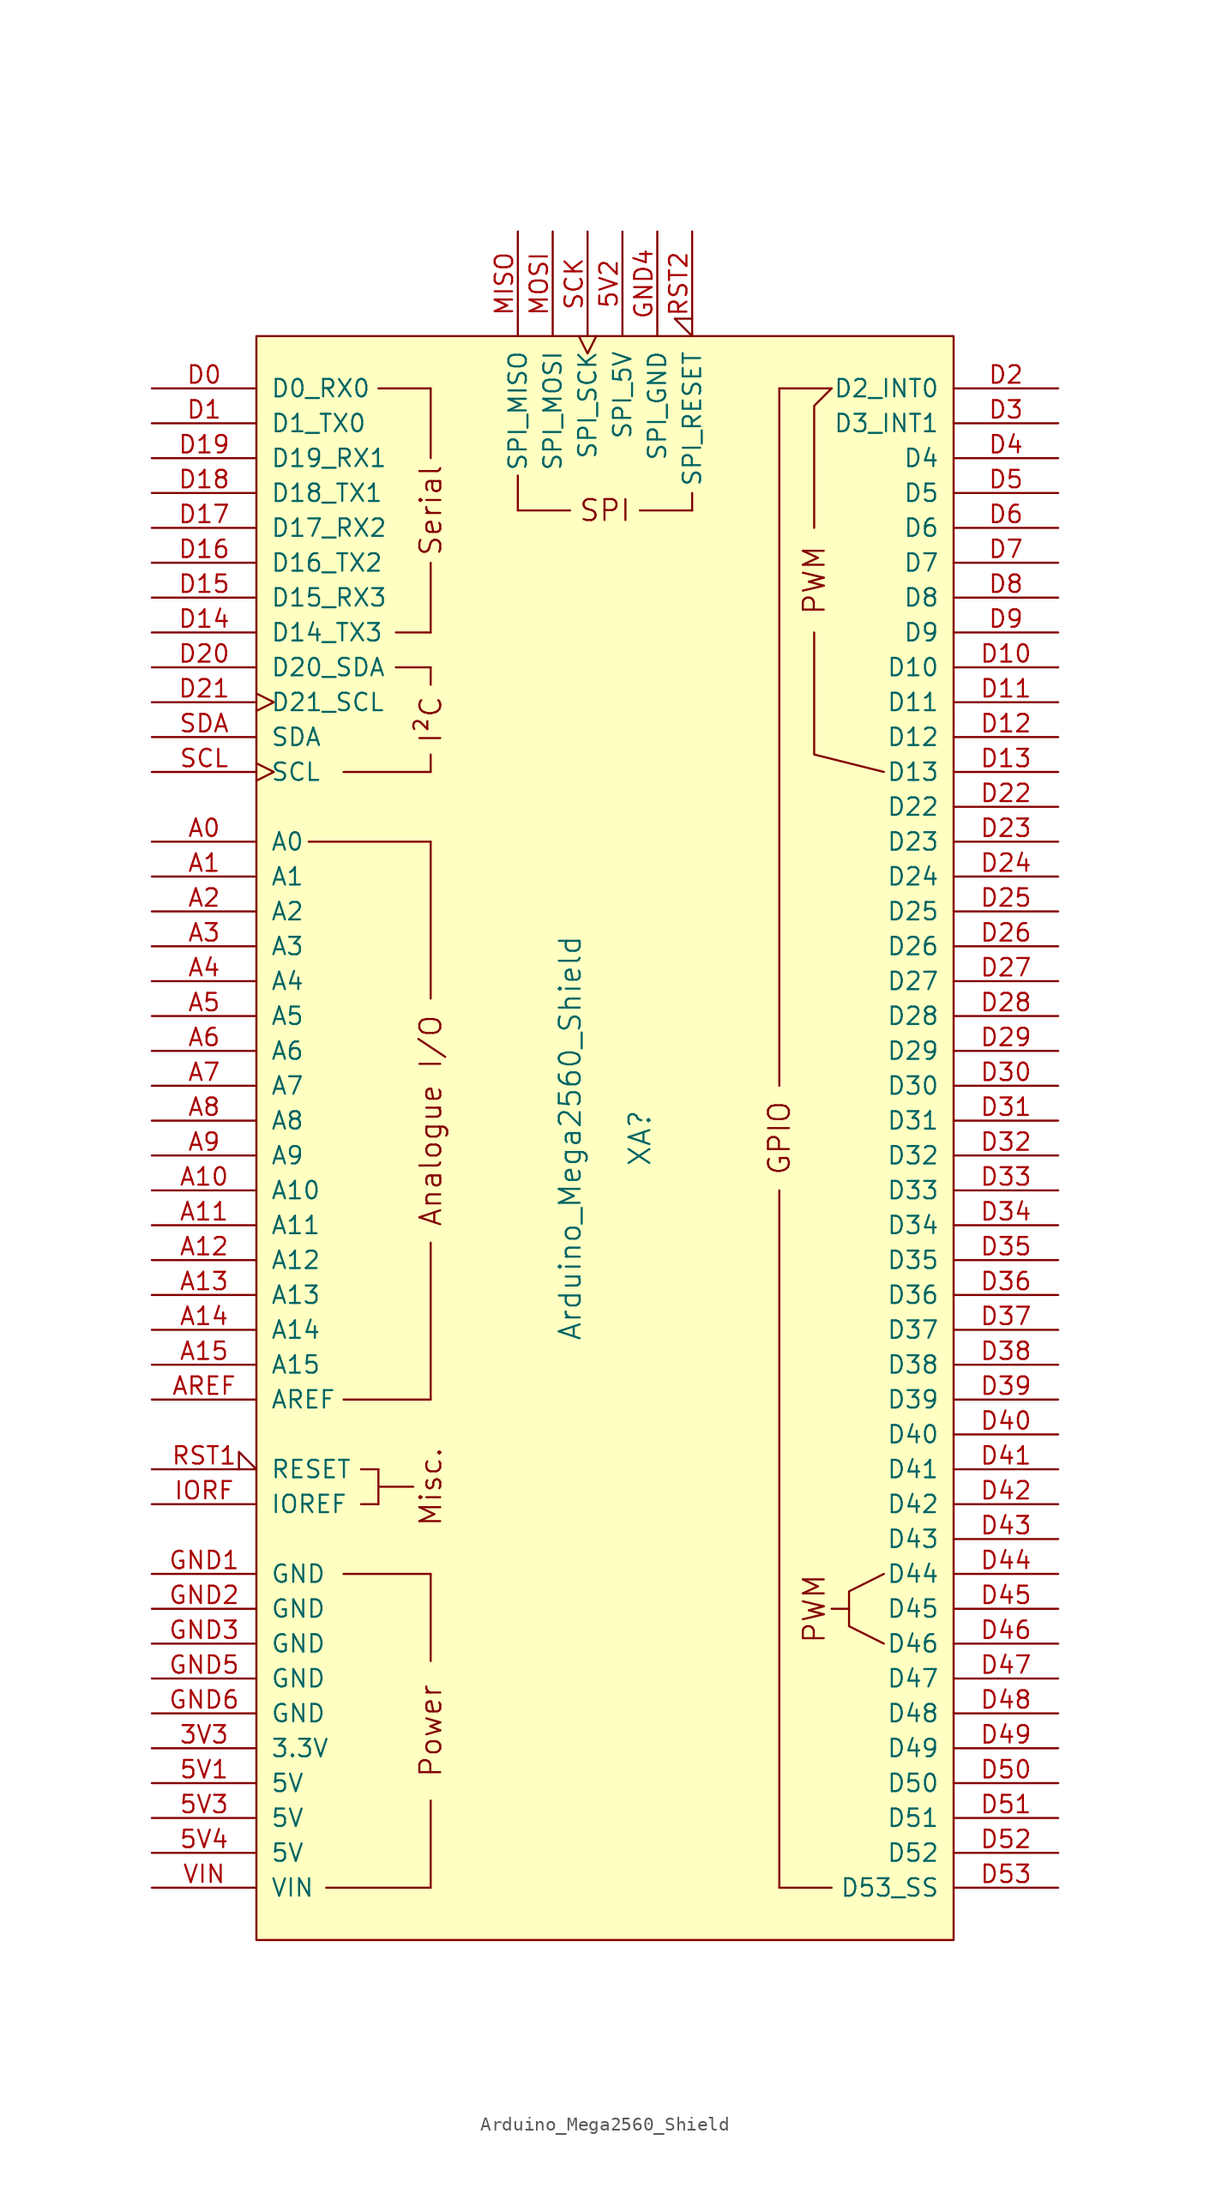
<source format=kicad_sym>
(kicad_symbol_lib
  (version 20231120)
  (generator "kicad_symbol_editor")
  (generator_version "8.0")
  (symbol "Arduino_Mega2560_Shield"
    (pin_names
      (offset 1.016))
    (property "Reference" "XA"
      (at 2.54 0 90)
      (effects (font (size 1.524 1.524))))
    (property "Value" "Arduino_Mega2560_Shield"
      (at -2.54 0 90)
      (effects (font (size 1.524 1.524))))
    (symbol "Arduino_Mega2560_Shield_0_0"
      (rectangle (start -25.4 -58.42) (end 25.4 58.42) (stroke (width 0) (type default)) (fill (type background)))
      (rectangle (start -20.32 -54.61) (end -12.7 -54.61) (stroke (width 0) (type default)) (fill (type none)))
      (rectangle (start -19.05 -31.75) (end -12.7 -31.75) (stroke (width 0) (type default)) (fill (type none)))
      (rectangle (start -19.05 -19.05) (end -12.7 -19.05) (stroke (width 0) (type default)) (fill (type none)))
      (rectangle (start -19.05 26.67) (end -12.7 26.67) (stroke (width 0) (type default)) (fill (type none)))
      (rectangle (start -17.78 -26.67) (end -16.51 -26.67) (stroke (width 0) (type default)) (fill (type none)))
      (rectangle (start -17.78 -24.13) (end -16.51 -24.13) (stroke (width 0) (type default)) (fill (type none)))
      (rectangle (start -16.51 -25.4) (end -13.97 -25.4) (stroke (width 0) (type default)) (fill (type none)))
      (rectangle (start -16.51 -24.13) (end -16.51 -26.67) (stroke (width 0) (type default)) (fill (type none)))
      (rectangle (start -16.51 54.61) (end -12.7 54.61) (stroke (width 0) (type default)) (fill (type none)))
      (rectangle (start -15.24 34.29) (end -12.7 34.29) (stroke (width 0) (type default)) (fill (type none)))
      (rectangle (start -15.24 36.83) (end -12.7 36.83) (stroke (width 0) (type default)) (fill (type none)))
      (rectangle (start -12.7 -54.61) (end -12.7 -48.26) (stroke (width 0) (type default)) (fill (type none)))
      (rectangle (start -12.7 -31.75) (end -12.7 -38.1) (stroke (width 0) (type default)) (fill (type none)))
      (rectangle (start -12.7 26.67) (end -12.7 27.94) (stroke (width 0) (type default)) (fill (type none)))
      (rectangle (start -12.7 34.29) (end -12.7 33.02) (stroke (width 0) (type default)) (fill (type none)))
      (rectangle (start -12.7 41.91) (end -12.7 36.83) (stroke (width 0) (type default)) (fill (type none)))
      (rectangle (start -12.7 49.53) (end -12.7 54.61) (stroke (width 0) (type default)) (fill (type none)))
      (rectangle (start -6.35 48.26) (end -6.35 45.72) (stroke (width 0) (type default)) (fill (type none)))
      (rectangle (start -2.54 45.72) (end -6.35 45.72) (stroke (width 0) (type default)) (fill (type none)))
      (polyline (pts (xy -21.59 21.59) (xy -12.7 21.59)) (stroke (width 0) (type default)) (fill (type none)))
      (polyline (pts (xy -12.7 -19.05) (xy -12.7 -7.62)) (stroke (width 0) (type default)) (fill (type none)))
      (polyline (pts (xy -12.7 10.16) (xy -12.7 21.59)) (stroke (width 0) (type default)) (fill (type none)))
      (polyline (pts (xy 12.7 -54.61) (xy 16.51 -54.61)) (stroke (width 0) (type default)) (fill (type none)))
      (polyline (pts (xy 12.7 54.61) (xy 16.51 54.61)) (stroke (width 0) (type default)) (fill (type none)))
      (polyline (pts (xy 17.78 -34.29) (xy 16.51 -34.29)) (stroke (width 0) (type default)) (fill (type none)))
      (polyline (pts (xy 15.24 36.83) (xy 15.24 27.94) (xy 20.32 26.67)) (stroke (width 0) (type default)) (fill (type none)))
      (polyline (pts (xy 15.24 44.45) (xy 15.24 53.34) (xy 16.51 54.61)) (stroke (width 0) (type default)) (fill (type none)))
      (polyline (pts (xy 20.32 -31.75) (xy 17.78 -33.02) (xy 17.78 -35.56) (xy 20.32 -36.83)) (stroke (width 0) (type default)) (fill (type none)))
      (rectangle (start 6.35 45.72) (end 2.54 45.72) (stroke (width 0) (type default)) (fill (type none)))
      (rectangle (start 6.35 46.99) (end 6.35 45.72) (stroke (width 0) (type default)) (fill (type none)))
      (text "Analogue I/O" (at -12.7 1.27 900) (effects (font (size 1.524 1.524))))
      (text "I²C" (at -12.7 30.48 900) (effects (font (size 1.524 1.524))))
      (text "Misc." (at -12.7 -25.4 900) (effects (font (size 1.524 1.524))))
      (text "Power" (at -12.7 -43.18 900) (effects (font (size 1.524 1.524))))
      (text "PWM" (at 15.24 -34.29 900) (effects (font (size 1.524 1.524))))
      (text "PWM" (at 15.24 40.64 900) (effects (font (size 1.524 1.524))))
      (text "Serial" (at -12.7 45.72 900) (effects (font (size 1.524 1.524))))
      (text "SPI" (at 0 45.72 0) (effects (font (size 1.524 1.524)))))
    (symbol "Arduino_Mega2560_Shield_1_0"
      (rectangle (start 12.7 -54.61) (end 12.7 -3.81) (stroke (width 0) (type default)) (fill (type none)))
      (rectangle (start 12.7 54.61) (end 12.7 3.81) (stroke (width 0) (type default)) (fill (type none)))
      (text "GPIO" (at 12.7 0 900) (effects (font (size 1.524 1.524)))))
    (symbol "Arduino_Mega2560_Shield_1_1"
      (pin power_out line (at -33.02 -44.45 0) (length 7.62) (name "3.3V" (effects (font (size 1.27 1.27)))) (number "3V3" (effects (font (size 1.27 1.27)))))
      (pin power_in line (at -33.02 -46.99 0) (length 7.62) (name "5V" (effects (font (size 1.27 1.27)))) (number "5V1" (effects (font (size 1.27 1.27)))))
      (pin power_in line (at 1.27 66.04 270) (length 7.62) (name "SPI_5V" (effects (font (size 1.27 1.27)))) (number "5V2" (effects (font (size 1.27 1.27)))))
      (pin power_in line (at -33.02 -49.53 0) (length 7.62) (name "5V" (effects (font (size 1.27 1.27)))) (number "5V3" (effects (font (size 1.27 1.27)))))
      (pin power_in line (at -33.02 -52.07 0) (length 7.62) (name "5V" (effects (font (size 1.27 1.27)))) (number "5V4" (effects (font (size 1.27 1.27)))))
      (pin bidirectional line (at -33.02 21.59 0) (length 7.62) (name "A0" (effects (font (size 1.27 1.27)))) (number "A0" (effects (font (size 1.27 1.27)))))
      (pin bidirectional line (at -33.02 19.05 0) (length 7.62) (name "A1" (effects (font (size 1.27 1.27)))) (number "A1" (effects (font (size 1.27 1.27)))))
      (pin bidirectional line (at -33.02 -3.81 0) (length 7.62) (name "A10" (effects (font (size 1.27 1.27)))) (number "A10" (effects (font (size 1.27 1.27)))))
      (pin bidirectional line (at -33.02 -6.35 0) (length 7.62) (name "A11" (effects (font (size 1.27 1.27)))) (number "A11" (effects (font (size 1.27 1.27)))))
      (pin bidirectional line (at -33.02 -8.89 0) (length 7.62) (name "A12" (effects (font (size 1.27 1.27)))) (number "A12" (effects (font (size 1.27 1.27)))))
      (pin bidirectional line (at -33.02 -11.43 0) (length 7.62) (name "A13" (effects (font (size 1.27 1.27)))) (number "A13" (effects (font (size 1.27 1.27)))))
      (pin bidirectional line (at -33.02 -13.97 0) (length 7.62) (name "A14" (effects (font (size 1.27 1.27)))) (number "A14" (effects (font (size 1.27 1.27)))))
      (pin bidirectional line (at -33.02 -16.51 0) (length 7.62) (name "A15" (effects (font (size 1.27 1.27)))) (number "A15" (effects (font (size 1.27 1.27)))))
      (pin bidirectional line (at -33.02 16.51 0) (length 7.62) (name "A2" (effects (font (size 1.27 1.27)))) (number "A2" (effects (font (size 1.27 1.27)))))
      (pin bidirectional line (at -33.02 13.97 0) (length 7.62) (name "A3" (effects (font (size 1.27 1.27)))) (number "A3" (effects (font (size 1.27 1.27)))))
      (pin bidirectional line (at -33.02 11.43 0) (length 7.62) (name "A4" (effects (font (size 1.27 1.27)))) (number "A4" (effects (font (size 1.27 1.27)))))
      (pin bidirectional line (at -33.02 8.89 0) (length 7.62) (name "A5" (effects (font (size 1.27 1.27)))) (number "A5" (effects (font (size 1.27 1.27)))))
      (pin bidirectional line (at -33.02 6.35 0) (length 7.62) (name "A6" (effects (font (size 1.27 1.27)))) (number "A6" (effects (font (size 1.27 1.27)))))
      (pin bidirectional line (at -33.02 3.81 0) (length 7.62) (name "A7" (effects (font (size 1.27 1.27)))) (number "A7" (effects (font (size 1.27 1.27)))))
      (pin bidirectional line (at -33.02 1.27 0) (length 7.62) (name "A8" (effects (font (size 1.27 1.27)))) (number "A8" (effects (font (size 1.27 1.27)))))
      (pin bidirectional line (at -33.02 -1.27 0) (length 7.62) (name "A9" (effects (font (size 1.27 1.27)))) (number "A9" (effects (font (size 1.27 1.27)))))
      (pin input line (at -33.02 -19.05 0) (length 7.62) (name "AREF" (effects (font (size 1.27 1.27)))) (number "AREF" (effects (font (size 1.27 1.27)))))
      (pin bidirectional line (at -33.02 54.61 0) (length 7.62) (name "D0_RX0" (effects (font (size 1.27 1.27)))) (number "D0" (effects (font (size 1.27 1.27)))))
      (pin bidirectional line (at -33.02 52.07 0) (length 7.62) (name "D1_TX0" (effects (font (size 1.27 1.27)))) (number "D1" (effects (font (size 1.27 1.27)))))
      (pin bidirectional line (at 33.02 34.29 180) (length 7.62) (name "D10" (effects (font (size 1.27 1.27)))) (number "D10" (effects (font (size 1.27 1.27)))))
      (pin bidirectional line (at 33.02 31.75 180) (length 7.62) (name "D11" (effects (font (size 1.27 1.27)))) (number "D11" (effects (font (size 1.27 1.27)))))
      (pin bidirectional line (at 33.02 29.21 180) (length 7.62) (name "D12" (effects (font (size 1.27 1.27)))) (number "D12" (effects (font (size 1.27 1.27)))))
      (pin bidirectional line (at 33.02 26.67 180) (length 7.62) (name "D13" (effects (font (size 1.27 1.27)))) (number "D13" (effects (font (size 1.27 1.27)))))
      (pin bidirectional line (at -33.02 36.83 0) (length 7.62) (name "D14_TX3" (effects (font (size 1.27 1.27)))) (number "D14" (effects (font (size 1.27 1.27)))))
      (pin bidirectional line (at -33.02 39.37 0) (length 7.62) (name "D15_RX3" (effects (font (size 1.27 1.27)))) (number "D15" (effects (font (size 1.27 1.27)))))
      (pin bidirectional line (at -33.02 41.91 0) (length 7.62) (name "D16_TX2" (effects (font (size 1.27 1.27)))) (number "D16" (effects (font (size 1.27 1.27)))))
      (pin bidirectional line (at -33.02 44.45 0) (length 7.62) (name "D17_RX2" (effects (font (size 1.27 1.27)))) (number "D17" (effects (font (size 1.27 1.27)))))
      (pin bidirectional line (at -33.02 46.99 0) (length 7.62) (name "D18_TX1" (effects (font (size 1.27 1.27)))) (number "D18" (effects (font (size 1.27 1.27)))))
      (pin bidirectional line (at -33.02 49.53 0) (length 7.62) (name "D19_RX1" (effects (font (size 1.27 1.27)))) (number "D19" (effects (font (size 1.27 1.27)))))
      (pin bidirectional line (at 33.02 54.61 180) (length 7.62) (name "D2_INT0" (effects (font (size 1.27 1.27)))) (number "D2" (effects (font (size 1.27 1.27)))))
      (pin bidirectional line (at -33.02 34.29 0) (length 7.62) (name "D20_SDA" (effects (font (size 1.27 1.27)))) (number "D20" (effects (font (size 1.27 1.27)))))
      (pin bidirectional clock (at -33.02 31.75 0) (length 7.62) (name "D21_SCL" (effects (font (size 1.27 1.27)))) (number "D21" (effects (font (size 1.27 1.27)))))
      (pin bidirectional line (at 33.02 24.13 180) (length 7.62) (name "D22" (effects (font (size 1.27 1.27)))) (number "D22" (effects (font (size 1.27 1.27)))))
      (pin bidirectional line (at 33.02 21.59 180) (length 7.62) (name "D23" (effects (font (size 1.27 1.27)))) (number "D23" (effects (font (size 1.27 1.27)))))
      (pin bidirectional line (at 33.02 19.05 180) (length 7.62) (name "D24" (effects (font (size 1.27 1.27)))) (number "D24" (effects (font (size 1.27 1.27)))))
      (pin bidirectional line (at 33.02 16.51 180) (length 7.62) (name "D25" (effects (font (size 1.27 1.27)))) (number "D25" (effects (font (size 1.27 1.27)))))
      (pin bidirectional line (at 33.02 13.97 180) (length 7.62) (name "D26" (effects (font (size 1.27 1.27)))) (number "D26" (effects (font (size 1.27 1.27)))))
      (pin bidirectional line (at 33.02 11.43 180) (length 7.62) (name "D27" (effects (font (size 1.27 1.27)))) (number "D27" (effects (font (size 1.27 1.27)))))
      (pin bidirectional line (at 33.02 8.89 180) (length 7.62) (name "D28" (effects (font (size 1.27 1.27)))) (number "D28" (effects (font (size 1.27 1.27)))))
      (pin bidirectional line (at 33.02 6.35 180) (length 7.62) (name "D29" (effects (font (size 1.27 1.27)))) (number "D29" (effects (font (size 1.27 1.27)))))
      (pin bidirectional line (at 33.02 52.07 180) (length 7.62) (name "D3_INT1" (effects (font (size 1.27 1.27)))) (number "D3" (effects (font (size 1.27 1.27)))))
      (pin bidirectional line (at 33.02 3.81 180) (length 7.62) (name "D30" (effects (font (size 1.27 1.27)))) (number "D30" (effects (font (size 1.27 1.27)))))
      (pin bidirectional line (at 33.02 1.27 180) (length 7.62) (name "D31" (effects (font (size 1.27 1.27)))) (number "D31" (effects (font (size 1.27 1.27)))))
      (pin bidirectional line (at 33.02 -1.27 180) (length 7.62) (name "D32" (effects (font (size 1.27 1.27)))) (number "D32" (effects (font (size 1.27 1.27)))))
      (pin bidirectional line (at 33.02 -3.81 180) (length 7.62) (name "D33" (effects (font (size 1.27 1.27)))) (number "D33" (effects (font (size 1.27 1.27)))))
      (pin bidirectional line (at 33.02 -6.35 180) (length 7.62) (name "D34" (effects (font (size 1.27 1.27)))) (number "D34" (effects (font (size 1.27 1.27)))))
      (pin bidirectional line (at 33.02 -8.89 180) (length 7.62) (name "D35" (effects (font (size 1.27 1.27)))) (number "D35" (effects (font (size 1.27 1.27)))))
      (pin bidirectional line (at 33.02 -11.43 180) (length 7.62) (name "D36" (effects (font (size 1.27 1.27)))) (number "D36" (effects (font (size 1.27 1.27)))))
      (pin bidirectional line (at 33.02 -13.97 180) (length 7.62) (name "D37" (effects (font (size 1.27 1.27)))) (number "D37" (effects (font (size 1.27 1.27)))))
      (pin bidirectional line (at 33.02 -16.51 180) (length 7.62) (name "D38" (effects (font (size 1.27 1.27)))) (number "D38" (effects (font (size 1.27 1.27)))))
      (pin bidirectional line (at 33.02 -19.05 180) (length 7.62) (name "D39" (effects (font (size 1.27 1.27)))) (number "D39" (effects (font (size 1.27 1.27)))))
      (pin bidirectional line (at 33.02 49.53 180) (length 7.62) (name "D4" (effects (font (size 1.27 1.27)))) (number "D4" (effects (font (size 1.27 1.27)))))
      (pin bidirectional line (at 33.02 -21.59 180) (length 7.62) (name "D40" (effects (font (size 1.27 1.27)))) (number "D40" (effects (font (size 1.27 1.27)))))
      (pin bidirectional line (at 33.02 -24.13 180) (length 7.62) (name "D41" (effects (font (size 1.27 1.27)))) (number "D41" (effects (font (size 1.27 1.27)))))
      (pin bidirectional line (at 33.02 -26.67 180) (length 7.62) (name "D42" (effects (font (size 1.27 1.27)))) (number "D42" (effects (font (size 1.27 1.27)))))
      (pin bidirectional line (at 33.02 -29.21 180) (length 7.62) (name "D43" (effects (font (size 1.27 1.27)))) (number "D43" (effects (font (size 1.27 1.27)))))
      (pin bidirectional line (at 33.02 -31.75 180) (length 7.62) (name "D44" (effects (font (size 1.27 1.27)))) (number "D44" (effects (font (size 1.27 1.27)))))
      (pin bidirectional line (at 33.02 -34.29 180) (length 7.62) (name "D45" (effects (font (size 1.27 1.27)))) (number "D45" (effects (font (size 1.27 1.27)))))
      (pin bidirectional line (at 33.02 -36.83 180) (length 7.62) (name "D46" (effects (font (size 1.27 1.27)))) (number "D46" (effects (font (size 1.27 1.27)))))
      (pin bidirectional line (at 33.02 -39.37 180) (length 7.62) (name "D47" (effects (font (size 1.27 1.27)))) (number "D47" (effects (font (size 1.27 1.27)))))
      (pin bidirectional line (at 33.02 -41.91 180) (length 7.62) (name "D48" (effects (font (size 1.27 1.27)))) (number "D48" (effects (font (size 1.27 1.27)))))
      (pin bidirectional line (at 33.02 -44.45 180) (length 7.62) (name "D49" (effects (font (size 1.27 1.27)))) (number "D49" (effects (font (size 1.27 1.27)))))
      (pin bidirectional line (at 33.02 46.99 180) (length 7.62) (name "D5" (effects (font (size 1.27 1.27)))) (number "D5" (effects (font (size 1.27 1.27)))))
      (pin bidirectional line (at 33.02 -46.99 180) (length 7.62) (name "D50" (effects (font (size 1.27 1.27)))) (number "D50" (effects (font (size 1.27 1.27)))))
      (pin bidirectional line (at 33.02 -49.53 180) (length 7.62) (name "D51" (effects (font (size 1.27 1.27)))) (number "D51" (effects (font (size 1.27 1.27)))))
      (pin bidirectional line (at 33.02 -52.07 180) (length 7.62) (name "D52" (effects (font (size 1.27 1.27)))) (number "D52" (effects (font (size 1.27 1.27)))))
      (pin bidirectional line (at 33.02 -54.61 180) (length 7.62) (name "D53_SS" (effects (font (size 1.27 1.27)))) (number "D53" (effects (font (size 1.27 1.27)))))
      (pin bidirectional line (at 33.02 44.45 180) (length 7.62) (name "D6" (effects (font (size 1.27 1.27)))) (number "D6" (effects (font (size 1.27 1.27)))))
      (pin bidirectional line (at 33.02 41.91 180) (length 7.62) (name "D7" (effects (font (size 1.27 1.27)))) (number "D7" (effects (font (size 1.27 1.27)))))
      (pin bidirectional line (at 33.02 39.37 180) (length 7.62) (name "D8" (effects (font (size 1.27 1.27)))) (number "D8" (effects (font (size 1.27 1.27)))))
      (pin bidirectional line (at 33.02 36.83 180) (length 7.62) (name "D9" (effects (font (size 1.27 1.27)))) (number "D9" (effects (font (size 1.27 1.27)))))
      (pin power_in line (at -33.02 -31.75 0) (length 7.62) (name "GND" (effects (font (size 1.27 1.27)))) (number "GND1" (effects (font (size 1.27 1.27)))))
      (pin power_in line (at -33.02 -34.29 0) (length 7.62) (name "GND" (effects (font (size 1.27 1.27)))) (number "GND2" (effects (font (size 1.27 1.27)))))
      (pin power_in line (at -33.02 -36.83 0) (length 7.62) (name "GND" (effects (font (size 1.27 1.27)))) (number "GND3" (effects (font (size 1.27 1.27)))))
      (pin power_in line (at 3.81 66.04 270) (length 7.62) (name "SPI_GND" (effects (font (size 1.27 1.27)))) (number "GND4" (effects (font (size 1.27 1.27)))))
      (pin power_in line (at -33.02 -39.37 0) (length 7.62) (name "GND" (effects (font (size 1.27 1.27)))) (number "GND5" (effects (font (size 1.27 1.27)))))
      (pin power_in line (at -33.02 -41.91 0) (length 7.62) (name "GND" (effects (font (size 1.27 1.27)))) (number "GND6" (effects (font (size 1.27 1.27)))))
      (pin output line (at -33.02 -26.67 0) (length 7.62) (name "IOREF" (effects (font (size 1.27 1.27)))) (number "IORF" (effects (font (size 1.27 1.27)))))
      (pin input line (at -6.35 66.04 270) (length 7.62) (name "SPI_MISO" (effects (font (size 1.27 1.27)))) (number "MISO" (effects (font (size 1.27 1.27)))))
      (pin output line (at -3.81 66.04 270) (length 7.62) (name "SPI_MOSI" (effects (font (size 1.27 1.27)))) (number "MOSI" (effects (font (size 1.27 1.27)))))
      (pin open_collector input_low (at -33.02 -24.13 0) (length 7.62) (name "RESET" (effects (font (size 1.27 1.27)))) (number "RST1" (effects (font (size 1.27 1.27)))))
      (pin open_collector input_low (at 6.35 66.04 270) (length 7.62) (name "SPI_RESET" (effects (font (size 1.27 1.27)))) (number "RST2" (effects (font (size 1.27 1.27)))))
      (pin output clock (at -1.27 66.04 270) (length 7.62) (name "SPI_SCK" (effects (font (size 1.27 1.27)))) (number "SCK" (effects (font (size 1.27 1.27)))))
      (pin bidirectional clock (at -33.02 26.67 0) (length 7.62) (name "SCL" (effects (font (size 1.27 1.27)))) (number "SCL" (effects (font (size 1.27 1.27)))))
      (pin bidirectional line (at -33.02 29.21 0) (length 7.62) (name "SDA" (effects (font (size 1.27 1.27)))) (number "SDA" (effects (font (size 1.27 1.27)))))
      (pin power_in line (at -33.02 -54.61 0) (length 7.62) (name "VIN" (effects (font (size 1.27 1.27)))) (number "VIN" (effects (font (size 1.27 1.27))))))))
</source>
